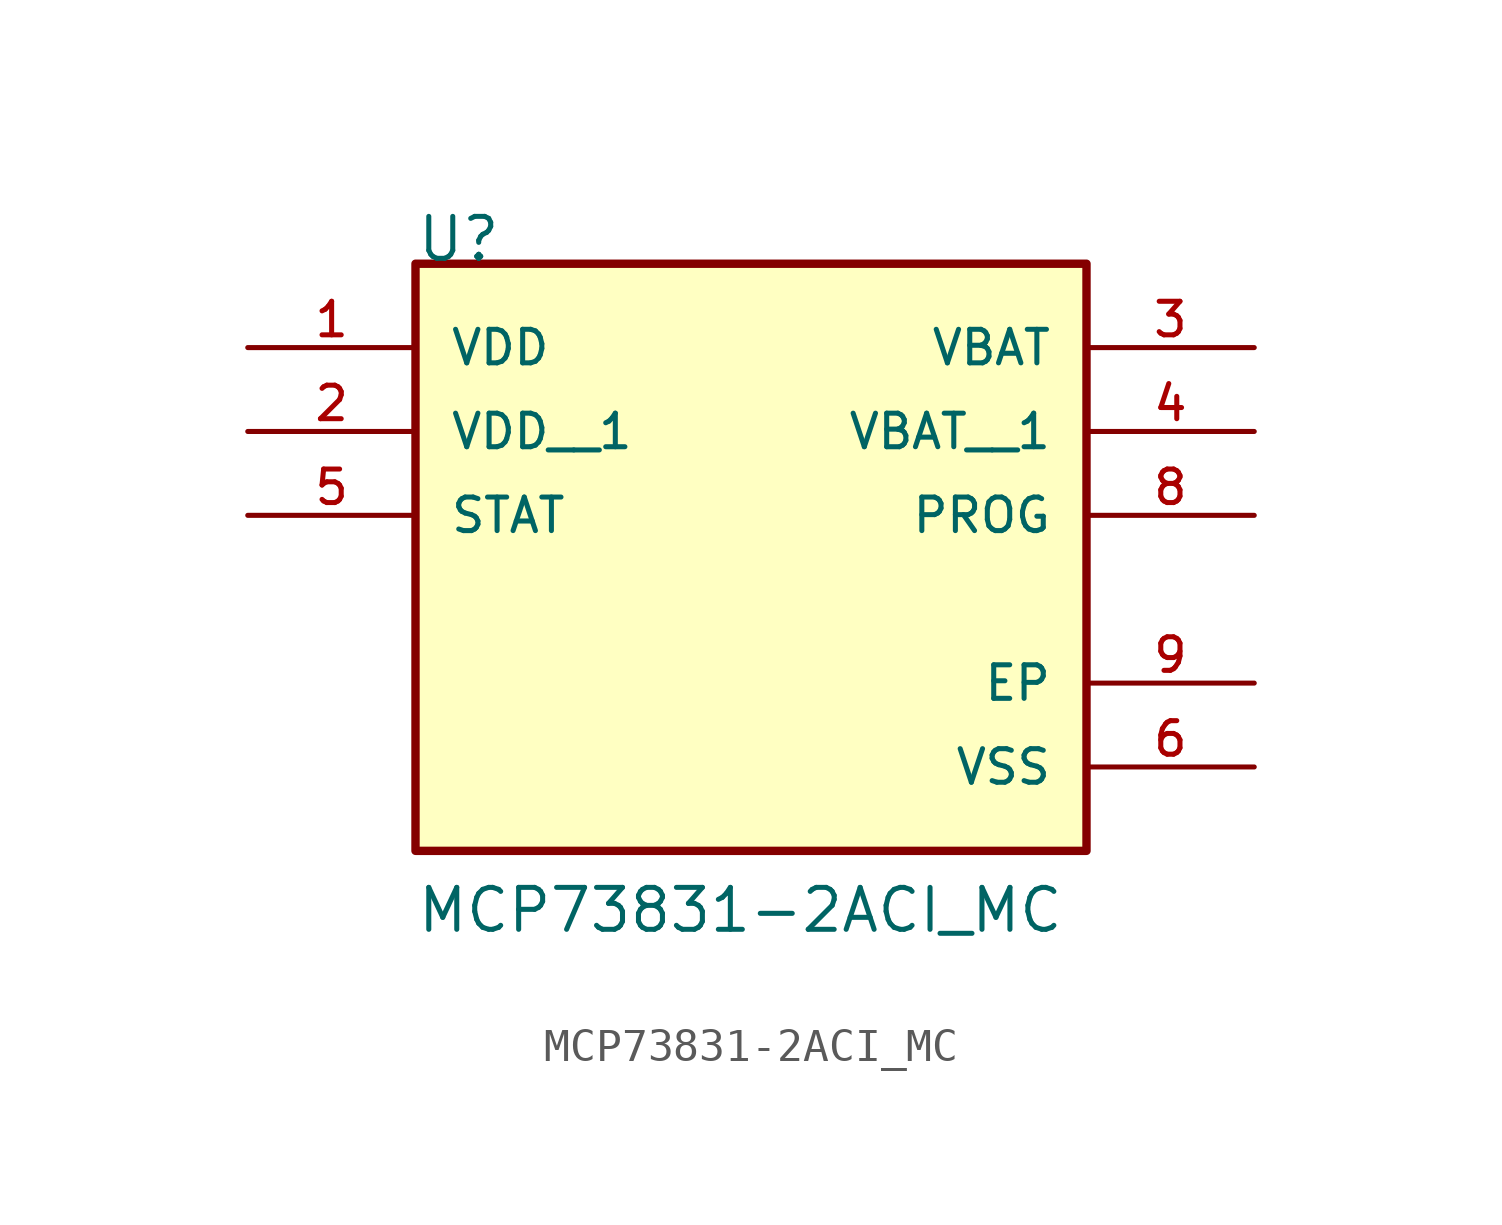
<source format=kicad_sym>
(kicad_symbol_lib
  (version 20211014)
  (generator kicad_symbol_editor)
  (symbol "MCP73831-2ACI_MC"
    (pin_names
      (offset 1.016))
    (property "Reference" "U"
      (at -10.16 7.62 0)
      (effects (font (size 1.27 1.27)) (justify bottom left)))
    (property "Value" "MCP73831-2ACI_MC"
      (at -10.16 -12.7 0)
      (effects (font (size 1.27 1.27)) (justify bottom left)))
    (symbol "MCP73831-2ACI_MC_0_0"
      (rectangle (start -10.16 -10.16) (end 10.16 7.62) (stroke (width 0.254)) (fill (type background)))
      (pin power_in line (at -15.24 5.08 0) (length 5.08) (name "VDD" (effects (font (size 1.016 1.016)))) (number "1" (effects (font (size 1.016 1.016)))))
      (pin power_in line (at 15.24 -7.62 180.0) (length 5.08) (name "VSS" (effects (font (size 1.016 1.016)))) (number "6" (effects (font (size 1.016 1.016)))))
      (pin output line (at 15.24 5.08 180.0) (length 5.08) (name "VBAT" (effects (font (size 1.016 1.016)))) (number "3" (effects (font (size 1.016 1.016)))))
      (pin output line (at -15.24 0.0 0) (length 5.08) (name "STAT" (effects (font (size 1.016 1.016)))) (number "5" (effects (font (size 1.016 1.016)))))
      (pin input line (at 15.24 0.0 180.0) (length 5.08) (name "PROG" (effects (font (size 1.016 1.016)))) (number "8" (effects (font (size 1.016 1.016)))))
      (pin power_in line (at 15.24 -5.08 180.0) (length 5.08) (name "EP" (effects (font (size 1.016 1.016)))) (number "9" (effects (font (size 1.016 1.016)))))
      (pin power_in line (at -15.24 2.54 0) (length 5.08) (name "VDD__1" (effects (font (size 1.016 1.016)))) (number "2" (effects (font (size 1.016 1.016)))))
      (pin output line (at 15.24 2.54 180.0) (length 5.08) (name "VBAT__1" (effects (font (size 1.016 1.016)))) (number "4" (effects (font (size 1.016 1.016))))))))
</source>
